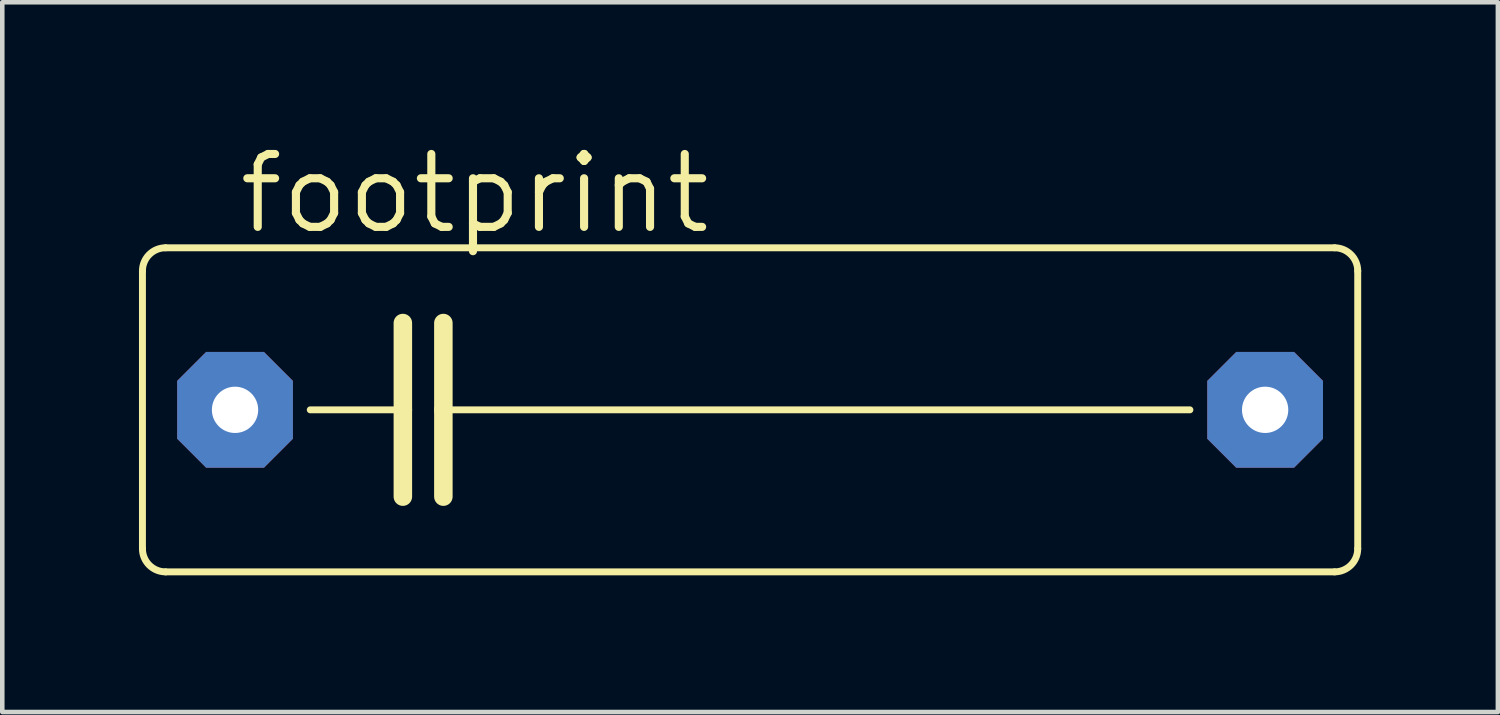
<source format=kicad_pcb>
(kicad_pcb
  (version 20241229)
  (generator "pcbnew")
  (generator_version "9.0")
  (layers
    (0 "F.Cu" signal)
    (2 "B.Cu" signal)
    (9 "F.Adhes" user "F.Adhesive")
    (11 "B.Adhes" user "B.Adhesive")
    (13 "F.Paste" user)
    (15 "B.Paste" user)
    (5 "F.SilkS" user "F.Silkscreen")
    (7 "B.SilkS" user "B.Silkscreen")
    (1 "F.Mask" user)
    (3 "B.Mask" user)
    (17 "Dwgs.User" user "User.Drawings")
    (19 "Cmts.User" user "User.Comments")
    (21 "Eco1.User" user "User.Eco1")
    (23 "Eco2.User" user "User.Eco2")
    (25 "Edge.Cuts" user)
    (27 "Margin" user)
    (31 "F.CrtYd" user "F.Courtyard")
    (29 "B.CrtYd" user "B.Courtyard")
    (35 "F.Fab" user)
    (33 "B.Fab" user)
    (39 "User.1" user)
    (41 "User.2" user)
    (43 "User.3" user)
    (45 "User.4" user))
  (footprint "footprint"
    (layer "F.Cu")
    (at 13.411 5.944)
    (property "Reference" "footprint" (at -11.303 -3.81 0) (layer "F.SilkS") (effects (font (size 1.6 1.6) (thickness 0.178)) (justify left bottom)))
    (fp_line (start -13.335 3.048) (end -13.335 -3.048) (stroke (width 0.152) (type solid)) (layer "F.SilkS"))
    (fp_line (start -12.827 -3.556) (end 12.827 -3.556) (stroke (width 0.152) (type solid)) (layer "F.SilkS"))
    (fp_line (start -9.652 0) (end -7.62 0) (stroke (width 0.152) (type solid)) (layer "F.SilkS"))
    (fp_line (start -7.62 -1.905) (end -7.62 0) (stroke (width 0.406) (type solid)) (layer "F.SilkS"))
    (fp_line (start -7.62 0) (end -7.62 1.905) (stroke (width 0.406) (type solid)) (layer "F.SilkS"))
    (fp_line (start -6.731 -1.905) (end -6.731 0) (stroke (width 0.406) (type solid)) (layer "F.SilkS"))
    (fp_line (start -6.731 0) (end -6.731 1.905) (stroke (width 0.406) (type solid)) (layer "F.SilkS"))
    (fp_line (start -6.731 0) (end 9.652 0) (stroke (width 0.152) (type solid)) (layer "F.SilkS"))
    (fp_line (start 12.827 3.556) (end -12.827 3.556) (stroke (width 0.152) (type solid)) (layer "F.SilkS"))
    (fp_line (start 13.335 -3.048) (end 13.335 3.048) (stroke (width 0.152) (type solid)) (layer "F.SilkS"))
    (fp_arc (start -13.335 -3.048) (mid -13.18621 -3.40721) (end -12.827 -3.556) (stroke (width 0.1524) (type solid)) (layer "F.SilkS"))
    (fp_arc (start -12.827 3.556) (mid -13.18621 3.40721) (end -13.335 3.048) (stroke (width 0.1524) (type solid)) (layer "F.SilkS"))
    (fp_arc (start 12.827 -3.556) (mid 13.18621 -3.40721) (end 13.335 -3.048) (stroke (width 0.1524) (type solid)) (layer "F.SilkS"))
    (fp_arc (start 13.335 3.048) (mid 13.18621 3.40721) (end 12.827 3.556) (stroke (width 0.1524) (type solid)) (layer "F.SilkS"))
    (pad "1" thru_hole roundrect (at -11.303 0) (size 2.54 2.54) (drill 1.016) (layers "*.Cu" "*.Mask") (roundrect_rratio 0.25) (chamfer_ratio 0.25) (chamfer top_left top_right bottom_left bottom_right))
    (pad "2" thru_hole roundrect (at 11.303 0) (size 2.54 2.54) (drill 1.016) (layers "*.Cu" "*.Mask") (roundrect_rratio 0.25) (chamfer_ratio 0.25) (chamfer top_left top_right bottom_left bottom_right)))
  (gr_rect
    (start -3 -3)
    (end 29.822 12.576)
    (stroke (width 0.1) (type default))
    (fill no)
    (layer "Edge.Cuts")))
</source>
